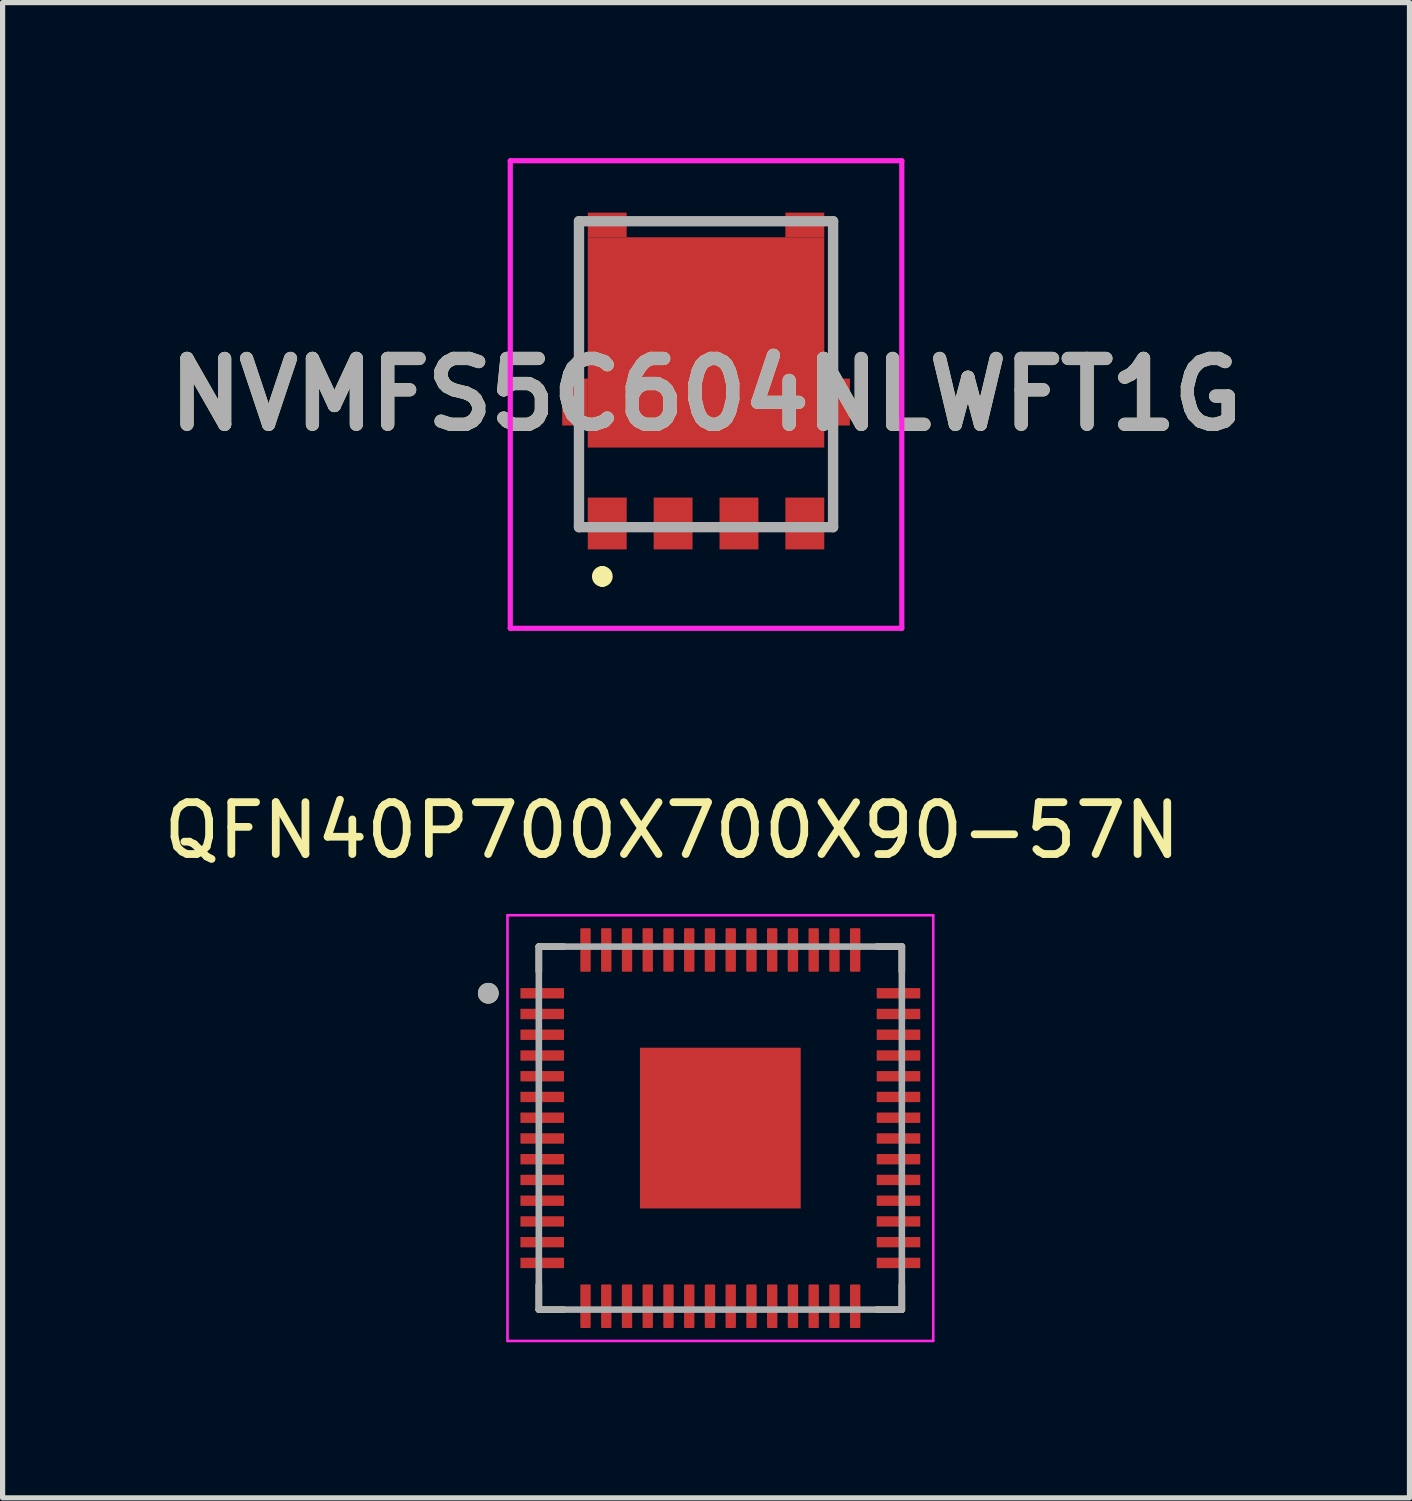
<source format=kicad_pcb>
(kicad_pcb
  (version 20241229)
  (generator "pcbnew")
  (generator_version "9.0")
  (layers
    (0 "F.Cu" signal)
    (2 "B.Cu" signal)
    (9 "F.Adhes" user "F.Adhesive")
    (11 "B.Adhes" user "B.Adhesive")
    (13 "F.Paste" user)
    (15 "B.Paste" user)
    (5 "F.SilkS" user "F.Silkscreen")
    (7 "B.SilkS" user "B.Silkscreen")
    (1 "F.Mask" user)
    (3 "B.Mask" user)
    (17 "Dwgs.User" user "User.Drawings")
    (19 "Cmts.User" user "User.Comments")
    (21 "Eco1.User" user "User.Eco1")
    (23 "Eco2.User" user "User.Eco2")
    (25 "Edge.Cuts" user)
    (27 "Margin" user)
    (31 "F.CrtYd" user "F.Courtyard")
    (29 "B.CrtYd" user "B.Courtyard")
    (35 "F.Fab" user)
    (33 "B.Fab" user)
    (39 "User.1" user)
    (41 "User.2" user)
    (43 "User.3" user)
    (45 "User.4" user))
  (footprint "NVMFS5C604NLWFT1G"
    (layer "F.Cu")
    (at 10.565 4.558)
    (property "Reference" "NVMFS5C604NLWFT1G" (at 0 0 0) (layer "F.SilkS") (effects (font (size 1.27 1.27) (thickness 0.254))))
    (attr smd)
    (fp_line (start -2.45 1.287) (end -2.45 1.687) (stroke (width 0.1) (type solid)) (layer "F.SilkS"))
    (fp_line (start -2 3.408) (end -2 3.408) (stroke (width 0.2) (type solid)) (layer "F.SilkS"))
    (fp_line (start -2 3.608) (end -2 3.608) (stroke (width 0.2) (type solid)) (layer "F.SilkS"))
    (fp_line (start -1.2 -3.342) (end 1.2 -3.342) (stroke (width 0.1) (type solid)) (layer "F.SilkS"))
    (fp_line (start 2.45 1.287) (end 2.45 1.687) (stroke (width 0.1) (type solid)) (layer "F.SilkS"))
    (fp_arc (start -2 3.408) (mid -1.9 3.508) (end -2 3.608) (stroke (width 0.2) (type solid)) (layer "F.SilkS"))
    (fp_arc (start -2 3.608) (mid -2.1 3.508) (end -2 3.408) (stroke (width 0.2) (type solid)) (layer "F.SilkS"))
    (fp_line (start -3.775 -4.508) (end 3.775 -4.508) (stroke (width 0.1) (type solid)) (layer "F.CrtYd"))
    (fp_line (start -3.775 4.508) (end -3.775 -4.508) (stroke (width 0.1) (type solid)) (layer "F.CrtYd"))
    (fp_line (start 3.775 -4.508) (end 3.775 4.508) (stroke (width 0.1) (type solid)) (layer "F.CrtYd"))
    (fp_line (start 3.775 4.508) (end -3.775 4.508) (stroke (width 0.1) (type solid)) (layer "F.CrtYd"))
    (fp_line (start -2.45 -3.342) (end -2.45 2.558) (stroke (width 0.2) (type solid)) (layer "F.Fab"))
    (fp_line (start -2.45 2.558) (end 2.45 2.558) (stroke (width 0.2) (type solid)) (layer "F.Fab"))
    (fp_line (start 2.45 -3.342) (end -2.45 -3.342) (stroke (width 0.2) (type solid)) (layer "F.Fab"))
    (fp_line (start 2.45 2.558) (end 2.45 -3.342) (stroke (width 0.2) (type solid)) (layer "F.Fab"))
    (fp_text user "${REFERENCE}" (at 0 0 0) (layer "F.Fab") (effects (font (size 1.27 1.27) (thickness 0.254))))
    (pad "1" smd rect (at -1.905 2.487) (size 0.75 1) (layers "F.Cu" "F.Mask" "F.Paste"))
    (pad "2" smd rect (at -0.635 2.487) (size 0.75 1) (layers "F.Cu" "F.Mask" "F.Paste"))
    (pad "3" smd rect (at 0.635 2.487) (size 0.75 1) (layers "F.Cu" "F.Mask" "F.Paste"))
    (pad "4" smd rect (at 1.905 2.487) (size 0.75 1) (layers "F.Cu" "F.Mask" "F.Paste"))
    (pad "5" smd rect (at 0 -1.005 90) (size 4.055 4.56) (layers "F.Cu" "F.Mask" "F.Paste"))
    (pad "A5" smd rect (at -1.905 -3.27 90) (size 0.475 0.75) (layers "F.Cu" "F.Mask" "F.Paste"))
    (pad "B5" smd rect (at 1.905 -3.27 90) (size 0.475 0.75) (layers "F.Cu" "F.Mask" "F.Paste"))
    (pad "C5" smd rect (at -2.527 0.145) (size 0.495 0.905) (layers "F.Cu" "F.Mask" "F.Paste"))
    (pad "D5" smd rect (at 2.527 0.145) (size 0.495 0.905) (layers "F.Cu" "F.Mask" "F.Paste")))
  (footprint "QFN40P700X700X90-57N"
    (layer "F.Cu")
    (at 10.841 18.704)
    (property "Reference" "QFN40P700X700X90-57N" (at -0.93 -5.74 0) (layer "F.SilkS") (effects (font (size 1 1) (thickness 0.15))))
    (attr through_hole)
    (fp_line (start -3.5 -3.5) (end -3.5 -3.02) (stroke (width 0.127) (type solid)) (layer "F.SilkS"))
    (fp_line (start -3.5 -3.5) (end -3.02 -3.5) (stroke (width 0.127) (type solid)) (layer "F.SilkS"))
    (fp_line (start -3.5 3.5) (end -3.5 3.02) (stroke (width 0.127) (type solid)) (layer "F.SilkS"))
    (fp_line (start -3.5 3.5) (end -3.02 3.5) (stroke (width 0.127) (type solid)) (layer "F.SilkS"))
    (fp_line (start 3.5 -3.5) (end 3.02 -3.5) (stroke (width 0.127) (type solid)) (layer "F.SilkS"))
    (fp_line (start 3.5 -3.5) (end 3.5 -3.02) (stroke (width 0.127) (type solid)) (layer "F.SilkS"))
    (fp_line (start 3.5 3.5) (end 3.02 3.5) (stroke (width 0.127) (type solid)) (layer "F.SilkS"))
    (fp_line (start 3.5 3.5) (end 3.5 3.02) (stroke (width 0.127) (type solid)) (layer "F.SilkS"))
    (fp_circle (center -4.475 -2.6) (end -4.375 -2.6) (stroke (width 0.2) (type solid)) (fill no) (layer "F.SilkS"))
    (fp_poly (pts (xy -0.98 -0.98) (xy 0.98 -0.98) (xy 0.98 0.98) (xy -0.98 0.98)) (stroke (width 0.01) (type solid)) (fill yes) (layer "F.Paste"))
    (fp_line (start -4.105 -4.105) (end 4.105 -4.105) (stroke (width 0.05) (type solid)) (layer "F.CrtYd"))
    (fp_line (start -4.105 4.105) (end -4.105 -4.105) (stroke (width 0.05) (type solid)) (layer "F.CrtYd"))
    (fp_line (start -4.105 4.105) (end 4.105 4.105) (stroke (width 0.05) (type solid)) (layer "F.CrtYd"))
    (fp_line (start 4.105 4.105) (end 4.105 -4.105) (stroke (width 0.05) (type solid)) (layer "F.CrtYd"))
    (fp_line (start -3.5 3.5) (end -3.5 -3.5) (stroke (width 0.127) (type solid)) (layer "F.Fab"))
    (fp_line (start 3.5 -3.5) (end -3.5 -3.5) (stroke (width 0.127) (type solid)) (layer "F.Fab"))
    (fp_line (start 3.5 3.5) (end -3.5 3.5) (stroke (width 0.127) (type solid)) (layer "F.Fab"))
    (fp_line (start 3.5 3.5) (end 3.5 -3.5) (stroke (width 0.127) (type solid)) (layer "F.Fab"))
    (fp_circle (center -4.475 -2.6) (end -4.375 -2.6) (stroke (width 0.2) (type solid)) (fill no) (layer "F.Fab"))
    (pad "1" smd roundrect (at -3.435 -2.6) (size 0.84 0.2) (layers "F.Cu" "F.Mask" "F.Paste") (roundrect_rratio 0.03))
    (pad "2" smd roundrect (at -3.435 -2.2) (size 0.84 0.2) (layers "F.Cu" "F.Mask" "F.Paste") (roundrect_rratio 0.03))
    (pad "3" smd roundrect (at -3.435 -1.8) (size 0.84 0.2) (layers "F.Cu" "F.Mask" "F.Paste") (roundrect_rratio 0.03))
    (pad "4" smd roundrect (at -3.435 -1.4) (size 0.84 0.2) (layers "F.Cu" "F.Mask" "F.Paste") (roundrect_rratio 0.03))
    (pad "5" smd roundrect (at -3.435 -1) (size 0.84 0.2) (layers "F.Cu" "F.Mask" "F.Paste") (roundrect_rratio 0.03))
    (pad "6" smd roundrect (at -3.435 -0.6) (size 0.84 0.2) (layers "F.Cu" "F.Mask" "F.Paste") (roundrect_rratio 0.03))
    (pad "7" smd roundrect (at -3.435 -0.2) (size 0.84 0.2) (layers "F.Cu" "F.Mask" "F.Paste") (roundrect_rratio 0.03))
    (pad "8" smd roundrect (at -3.435 0.2) (size 0.84 0.2) (layers "F.Cu" "F.Mask" "F.Paste") (roundrect_rratio 0.03))
    (pad "9" smd roundrect (at -3.435 0.6) (size 0.84 0.2) (layers "F.Cu" "F.Mask" "F.Paste") (roundrect_rratio 0.03))
    (pad "10" smd roundrect (at -3.435 1) (size 0.84 0.2) (layers "F.Cu" "F.Mask" "F.Paste") (roundrect_rratio 0.03))
    (pad "11" smd roundrect (at -3.435 1.4) (size 0.84 0.2) (layers "F.Cu" "F.Mask" "F.Paste") (roundrect_rratio 0.03))
    (pad "12" smd roundrect (at -3.435 1.8) (size 0.84 0.2) (layers "F.Cu" "F.Mask" "F.Paste") (roundrect_rratio 0.03))
    (pad "13" smd roundrect (at -3.435 2.2) (size 0.84 0.2) (layers "F.Cu" "F.Mask" "F.Paste") (roundrect_rratio 0.03))
    (pad "14" smd roundrect (at -3.435 2.6) (size 0.84 0.2) (layers "F.Cu" "F.Mask" "F.Paste") (roundrect_rratio 0.03))
    (pad "15" smd roundrect (at -2.6 3.435) (size 0.2 0.84) (layers "F.Cu" "F.Mask" "F.Paste") (roundrect_rratio 0.1))
    (pad "16" smd roundrect (at -2.2 3.435) (size 0.2 0.84) (layers "F.Cu" "F.Mask" "F.Paste") (roundrect_rratio 0.1))
    (pad "17" smd roundrect (at -1.8 3.435) (size 0.2 0.84) (layers "F.Cu" "F.Mask" "F.Paste") (roundrect_rratio 0.1))
    (pad "18" smd roundrect (at -1.4 3.435) (size 0.2 0.84) (layers "F.Cu" "F.Mask" "F.Paste") (roundrect_rratio 0.1))
    (pad "19" smd roundrect (at -1 3.435) (size 0.2 0.84) (layers "F.Cu" "F.Mask" "F.Paste") (roundrect_rratio 0.1))
    (pad "20" smd roundrect (at -0.6 3.435) (size 0.2 0.84) (layers "F.Cu" "F.Mask" "F.Paste") (roundrect_rratio 0.1))
    (pad "21" smd roundrect (at -0.2 3.435) (size 0.2 0.84) (layers "F.Cu" "F.Mask" "F.Paste") (roundrect_rratio 0.1))
    (pad "22" smd roundrect (at 0.2 3.435) (size 0.2 0.84) (layers "F.Cu" "F.Mask" "F.Paste") (roundrect_rratio 0.1))
    (pad "23" smd roundrect (at 0.6 3.435) (size 0.2 0.84) (layers "F.Cu" "F.Mask" "F.Paste") (roundrect_rratio 0.1))
    (pad "24" smd roundrect (at 1 3.435) (size 0.2 0.84) (layers "F.Cu" "F.Mask" "F.Paste") (roundrect_rratio 0.1))
    (pad "25" smd roundrect (at 1.4 3.435) (size 0.2 0.84) (layers "F.Cu" "F.Mask" "F.Paste") (roundrect_rratio 0.1))
    (pad "26" smd roundrect (at 1.8 3.435) (size 0.2 0.84) (layers "F.Cu" "F.Mask" "F.Paste") (roundrect_rratio 0.1))
    (pad "27" smd roundrect (at 2.2 3.435) (size 0.2 0.84) (layers "F.Cu" "F.Mask" "F.Paste") (roundrect_rratio 0.1))
    (pad "28" smd roundrect (at 2.6 3.435) (size 0.2 0.84) (layers "F.Cu" "F.Mask" "F.Paste") (roundrect_rratio 0.1))
    (pad "29" smd roundrect (at 3.435 2.6) (size 0.84 0.2) (layers "F.Cu" "F.Mask" "F.Paste") (roundrect_rratio 0.03))
    (pad "30" smd roundrect (at 3.435 2.2) (size 0.84 0.2) (layers "F.Cu" "F.Mask" "F.Paste") (roundrect_rratio 0.03))
    (pad "31" smd roundrect (at 3.435 1.8) (size 0.84 0.2) (layers "F.Cu" "F.Mask" "F.Paste") (roundrect_rratio 0.03))
    (pad "32" smd roundrect (at 3.435 1.4) (size 0.84 0.2) (layers "F.Cu" "F.Mask" "F.Paste") (roundrect_rratio 0.03))
    (pad "33" smd roundrect (at 3.435 1) (size 0.84 0.2) (layers "F.Cu" "F.Mask" "F.Paste") (roundrect_rratio 0.03))
    (pad "34" smd roundrect (at 3.435 0.6) (size 0.84 0.2) (layers "F.Cu" "F.Mask" "F.Paste") (roundrect_rratio 0.03))
    (pad "35" smd roundrect (at 3.435 0.2) (size 0.84 0.2) (layers "F.Cu" "F.Mask" "F.Paste") (roundrect_rratio 0.03))
    (pad "36" smd roundrect (at 3.435 -0.2) (size 0.84 0.2) (layers "F.Cu" "F.Mask" "F.Paste") (roundrect_rratio 0.03))
    (pad "37" smd roundrect (at 3.435 -0.6) (size 0.84 0.2) (layers "F.Cu" "F.Mask" "F.Paste") (roundrect_rratio 0.03))
    (pad "38" smd roundrect (at 3.435 -1) (size 0.84 0.2) (layers "F.Cu" "F.Mask" "F.Paste") (roundrect_rratio 0.03))
    (pad "39" smd roundrect (at 3.435 -1.4) (size 0.84 0.2) (layers "F.Cu" "F.Mask" "F.Paste") (roundrect_rratio 0.03))
    (pad "40" smd roundrect (at 3.435 -1.8) (size 0.84 0.2) (layers "F.Cu" "F.Mask" "F.Paste") (roundrect_rratio 0.03))
    (pad "41" smd roundrect (at 3.435 -2.2) (size 0.84 0.2) (layers "F.Cu" "F.Mask" "F.Paste") (roundrect_rratio 0.03))
    (pad "42" smd roundrect (at 3.435 -2.6) (size 0.84 0.2) (layers "F.Cu" "F.Mask" "F.Paste") (roundrect_rratio 0.03))
    (pad "43" smd roundrect (at 2.6 -3.435) (size 0.2 0.84) (layers "F.Cu" "F.Mask" "F.Paste") (roundrect_rratio 0.1))
    (pad "44" smd roundrect (at 2.2 -3.435) (size 0.2 0.84) (layers "F.Cu" "F.Mask" "F.Paste") (roundrect_rratio 0.1))
    (pad "45" smd roundrect (at 1.8 -3.435) (size 0.2 0.84) (layers "F.Cu" "F.Mask" "F.Paste") (roundrect_rratio 0.1))
    (pad "46" smd roundrect (at 1.4 -3.435) (size 0.2 0.84) (layers "F.Cu" "F.Mask" "F.Paste") (roundrect_rratio 0.1))
    (pad "47" smd roundrect (at 1 -3.435) (size 0.2 0.84) (layers "F.Cu" "F.Mask" "F.Paste") (roundrect_rratio 0.1))
    (pad "48" smd roundrect (at 0.6 -3.435) (size 0.2 0.84) (layers "F.Cu" "F.Mask" "F.Paste") (roundrect_rratio 0.1))
    (pad "49" smd roundrect (at 0.2 -3.435) (size 0.2 0.84) (layers "F.Cu" "F.Mask" "F.Paste") (roundrect_rratio 0.1))
    (pad "50" smd roundrect (at -0.2 -3.435) (size 0.2 0.84) (layers "F.Cu" "F.Mask" "F.Paste") (roundrect_rratio 0.1))
    (pad "51" smd roundrect (at -0.6 -3.435) (size 0.2 0.84) (layers "F.Cu" "F.Mask" "F.Paste") (roundrect_rratio 0.1))
    (pad "52" smd roundrect (at -1 -3.435) (size 0.2 0.84) (layers "F.Cu" "F.Mask" "F.Paste") (roundrect_rratio 0.1))
    (pad "53" smd roundrect (at -1.4 -3.435) (size 0.2 0.84) (layers "F.Cu" "F.Mask" "F.Paste") (roundrect_rratio 0.1))
    (pad "54" smd roundrect (at -1.8 -3.435) (size 0.2 0.84) (layers "F.Cu" "F.Mask" "F.Paste") (roundrect_rratio 0.1))
    (pad "55" smd roundrect (at -2.2 -3.435) (size 0.2 0.84) (layers "F.Cu" "F.Mask" "F.Paste") (roundrect_rratio 0.1))
    (pad "56" smd roundrect (at -2.6 -3.435) (size 0.2 0.84) (layers "F.Cu" "F.Mask" "F.Paste") (roundrect_rratio 0.1))
    (pad "57" smd rect (at 0 0) (size 3.1 3.1) (layers "F.Cu" "F.Mask")))
  (gr_rect
    (start -3 -3)
    (end 24.13 25.834)
    (stroke (width 0.1) (type default))
    (fill no)
    (layer "Edge.Cuts")))
</source>
